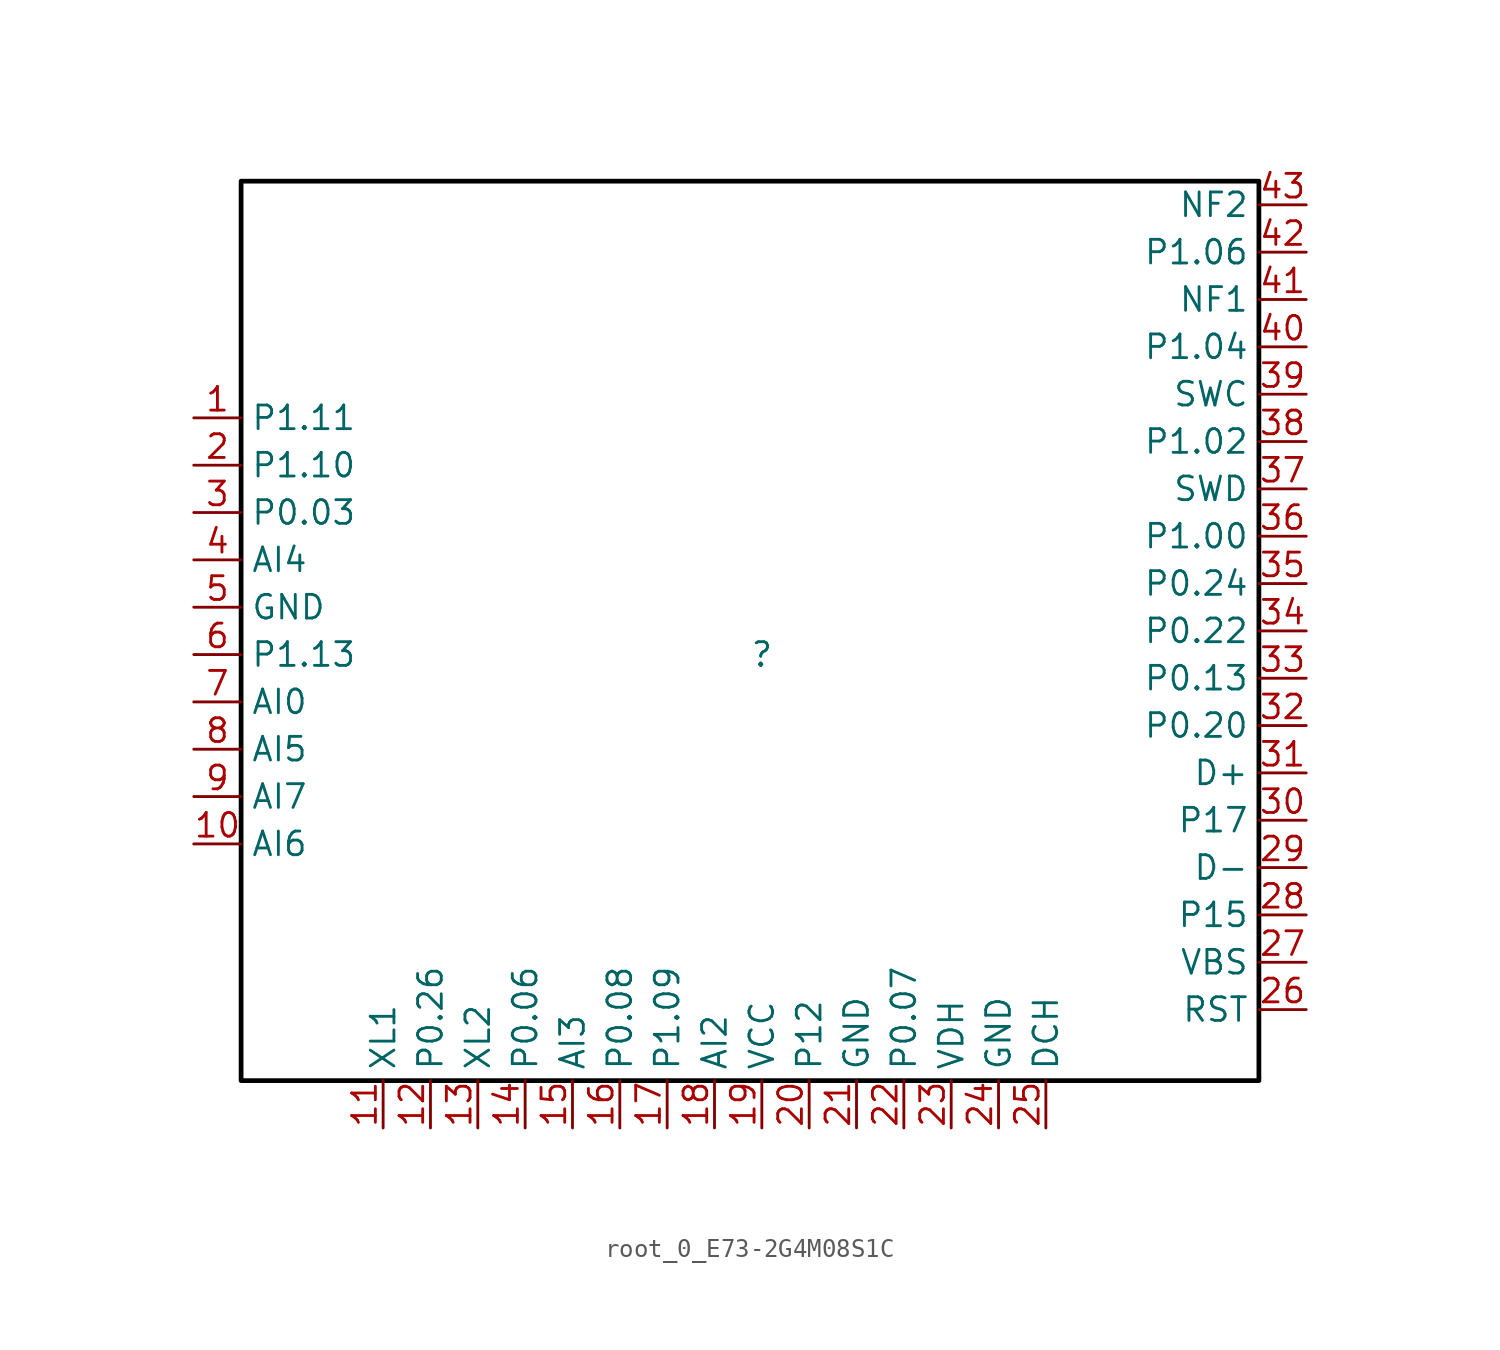
<source format=kicad_sym>
(kicad_symbol_lib
  (version 20231120)
  (generator "kicad_symbol_editor")
  (generator_version "8.0")
  (symbol "root_0_E73-2G4M08S1C"
    (property "Reference" ""
      (at 0 0 0)
      (effects (font (size 1.27 1.27))))
    (property "Value" ""
      (at 0 0 0)
      (effects (font (size 1.27 1.27))))
    (symbol "root_0_E73-2G4M08S1C_1_0"
      (rectangle (start -27.94 25.4) (end 26.67 -22.86) (stroke (width 0.254) (type solid) (color 0 0 0 1)) (fill (type none)))
      (pin passive line (at -30.48 12.7 0) (length 2.54) (name "P1.11" (effects (font (size 1.27 1.27)))) (number "1" (effects (font (size 1.27 1.27)))))
      (pin passive line (at -30.48 -10.16 0) (length 2.54) (name "AI6" (effects (font (size 1.27 1.27)))) (number "10" (effects (font (size 1.27 1.27)))))
      (pin passive line (at -20.32 -25.4 90) (length 2.54) (name "XL1" (effects (font (size 1.27 1.27)))) (number "11" (effects (font (size 1.27 1.27)))))
      (pin passive line (at -17.78 -25.4 90) (length 2.54) (name "P0.26" (effects (font (size 1.27 1.27)))) (number "12" (effects (font (size 1.27 1.27)))))
      (pin passive line (at -15.24 -25.4 90) (length 2.54) (name "XL2" (effects (font (size 1.27 1.27)))) (number "13" (effects (font (size 1.27 1.27)))))
      (pin passive line (at -12.7 -25.4 90) (length 2.54) (name "P0.06" (effects (font (size 1.27 1.27)))) (number "14" (effects (font (size 1.27 1.27)))))
      (pin passive line (at -10.16 -25.4 90) (length 2.54) (name "AI3" (effects (font (size 1.27 1.27)))) (number "15" (effects (font (size 1.27 1.27)))))
      (pin passive line (at -7.62 -25.4 90) (length 2.54) (name "P0.08" (effects (font (size 1.27 1.27)))) (number "16" (effects (font (size 1.27 1.27)))))
      (pin passive line (at -5.08 -25.4 90) (length 2.54) (name "P1.09" (effects (font (size 1.27 1.27)))) (number "17" (effects (font (size 1.27 1.27)))))
      (pin passive line (at -2.54 -25.4 90) (length 2.54) (name "AI2" (effects (font (size 1.27 1.27)))) (number "18" (effects (font (size 1.27 1.27)))))
      (pin passive line (at 0 -25.4 90) (length 2.54) (name "VCC" (effects (font (size 1.27 1.27)))) (number "19" (effects (font (size 1.27 1.27)))))
      (pin passive line (at -30.48 10.16 0) (length 2.54) (name "P1.10" (effects (font (size 1.27 1.27)))) (number "2" (effects (font (size 1.27 1.27)))))
      (pin passive line (at 2.54 -25.4 90) (length 2.54) (name "P12" (effects (font (size 1.27 1.27)))) (number "20" (effects (font (size 1.27 1.27)))))
      (pin passive line (at 5.08 -25.4 90) (length 2.54) (name "GND" (effects (font (size 1.27 1.27)))) (number "21" (effects (font (size 1.27 1.27)))))
      (pin passive line (at 7.62 -25.4 90) (length 2.54) (name "P0.07" (effects (font (size 1.27 1.27)))) (number "22" (effects (font (size 1.27 1.27)))))
      (pin passive line (at 10.16 -25.4 90) (length 2.54) (name "VDH" (effects (font (size 1.27 1.27)))) (number "23" (effects (font (size 1.27 1.27)))))
      (pin passive line (at 12.7 -25.4 90) (length 2.54) (name "GND" (effects (font (size 1.27 1.27)))) (number "24" (effects (font (size 1.27 1.27)))))
      (pin passive line (at 15.24 -25.4 90) (length 2.54) (name "DCH" (effects (font (size 1.27 1.27)))) (number "25" (effects (font (size 1.27 1.27)))))
      (pin passive line (at 29.21 -19.05 180) (length 2.54) (name "RST" (effects (font (size 1.27 1.27)))) (number "26" (effects (font (size 1.27 1.27)))))
      (pin passive line (at 29.21 -16.51 180) (length 2.54) (name "VBS" (effects (font (size 1.27 1.27)))) (number "27" (effects (font (size 1.27 1.27)))))
      (pin passive line (at 29.21 -13.97 180) (length 2.54) (name "P15" (effects (font (size 1.27 1.27)))) (number "28" (effects (font (size 1.27 1.27)))))
      (pin passive line (at 29.21 -11.43 180) (length 2.54) (name "D-" (effects (font (size 1.27 1.27)))) (number "29" (effects (font (size 1.27 1.27)))))
      (pin passive line (at -30.48 7.62 0) (length 2.54) (name "P0.03" (effects (font (size 1.27 1.27)))) (number "3" (effects (font (size 1.27 1.27)))))
      (pin passive line (at 29.21 -8.89 180) (length 2.54) (name "P17" (effects (font (size 1.27 1.27)))) (number "30" (effects (font (size 1.27 1.27)))))
      (pin passive line (at 29.21 -6.35 180) (length 2.54) (name "D+" (effects (font (size 1.27 1.27)))) (number "31" (effects (font (size 1.27 1.27)))))
      (pin passive line (at 29.21 -3.81 180) (length 2.54) (name "P0.20" (effects (font (size 1.27 1.27)))) (number "32" (effects (font (size 1.27 1.27)))))
      (pin passive line (at 29.21 -1.27 180) (length 2.54) (name "P0.13" (effects (font (size 1.27 1.27)))) (number "33" (effects (font (size 1.27 1.27)))))
      (pin passive line (at 29.21 1.27 180) (length 2.54) (name "P0.22" (effects (font (size 1.27 1.27)))) (number "34" (effects (font (size 1.27 1.27)))))
      (pin passive line (at 29.21 3.81 180) (length 2.54) (name "P0.24" (effects (font (size 1.27 1.27)))) (number "35" (effects (font (size 1.27 1.27)))))
      (pin passive line (at 29.21 6.35 180) (length 2.54) (name "P1.00" (effects (font (size 1.27 1.27)))) (number "36" (effects (font (size 1.27 1.27)))))
      (pin passive line (at 29.21 8.89 180) (length 2.54) (name "SWD" (effects (font (size 1.27 1.27)))) (number "37" (effects (font (size 1.27 1.27)))))
      (pin passive line (at 29.21 11.43 180) (length 2.54) (name "P1.02" (effects (font (size 1.27 1.27)))) (number "38" (effects (font (size 1.27 1.27)))))
      (pin passive line (at 29.21 13.97 180) (length 2.54) (name "SWC" (effects (font (size 1.27 1.27)))) (number "39" (effects (font (size 1.27 1.27)))))
      (pin passive line (at -30.48 5.08 0) (length 2.54) (name "AI4" (effects (font (size 1.27 1.27)))) (number "4" (effects (font (size 1.27 1.27)))))
      (pin passive line (at 29.21 16.51 180) (length 2.54) (name "P1.04" (effects (font (size 1.27 1.27)))) (number "40" (effects (font (size 1.27 1.27)))))
      (pin passive line (at 29.21 19.05 180) (length 2.54) (name "NF1" (effects (font (size 1.27 1.27)))) (number "41" (effects (font (size 1.27 1.27)))))
      (pin passive line (at 29.21 21.59 180) (length 2.54) (name "P1.06" (effects (font (size 1.27 1.27)))) (number "42" (effects (font (size 1.27 1.27)))))
      (pin passive line (at 29.21 24.13 180) (length 2.54) (name "NF2" (effects (font (size 1.27 1.27)))) (number "43" (effects (font (size 1.27 1.27)))))
      (pin passive line (at -30.48 2.54 0) (length 2.54) (name "GND" (effects (font (size 1.27 1.27)))) (number "5" (effects (font (size 1.27 1.27)))))
      (pin passive line (at -30.48 0 0) (length 2.54) (name "P1.13" (effects (font (size 1.27 1.27)))) (number "6" (effects (font (size 1.27 1.27)))))
      (pin passive line (at -30.48 -2.54 0) (length 2.54) (name "AI0" (effects (font (size 1.27 1.27)))) (number "7" (effects (font (size 1.27 1.27)))))
      (pin passive line (at -30.48 -5.08 0) (length 2.54) (name "AI5" (effects (font (size 1.27 1.27)))) (number "8" (effects (font (size 1.27 1.27)))))
      (pin passive line (at -30.48 -7.62 0) (length 2.54) (name "AI7" (effects (font (size 1.27 1.27)))) (number "9" (effects (font (size 1.27 1.27))))))))
</source>
